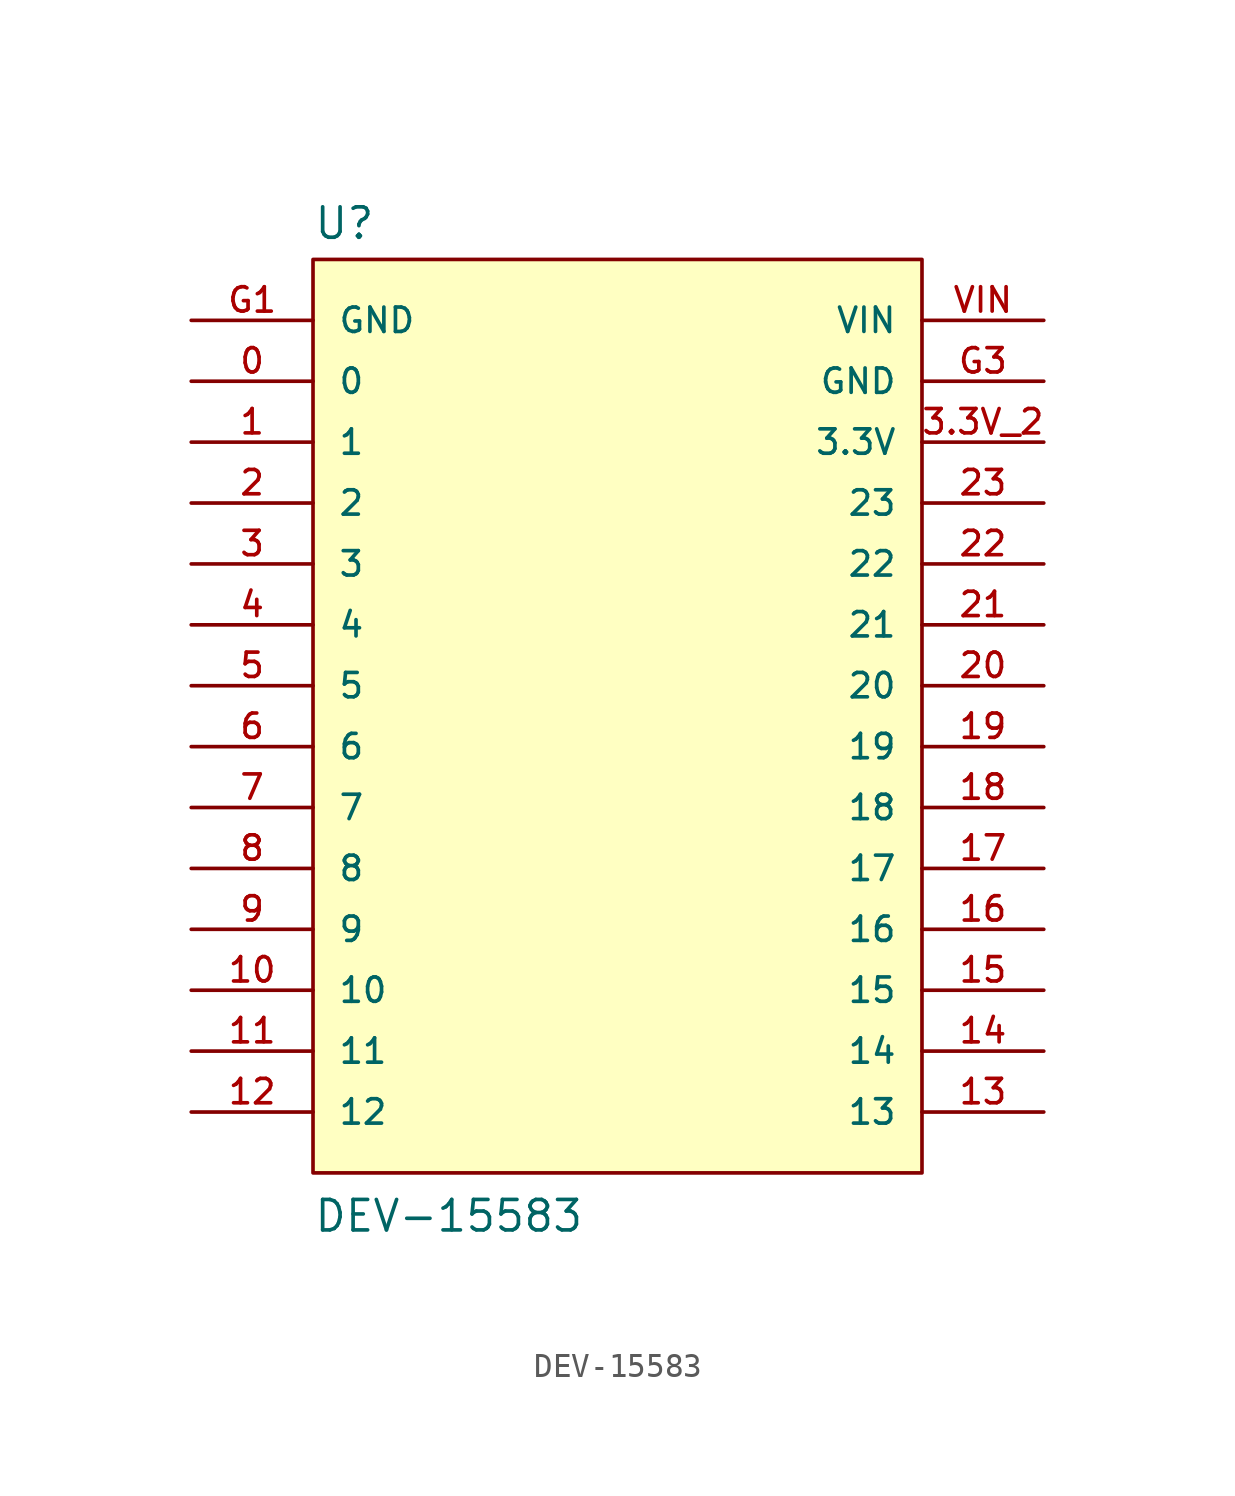
<source format=kicad_sym>
(kicad_symbol_lib
  (version 20231120)
  (generator "kicad_symbol_editor")
  (generator_version "8.0")
  (symbol "DEV-15583"
    (pin_names
      (offset 1.016))
    (property "Reference" "U"
      (at -12.7 23.622 0)
      (effects (font (size 1.27 1.27)) (justify left bottom)))
    (property "Value" "DEV-15583"
      (at -12.7 -17.78 0)
      (effects (font (size 1.27 1.27)) (justify left bottom)))
    (symbol "DEV-15583_0_0"
      (rectangle (start -12.7 22.86) (end 12.7 -15.24) (stroke (width 0.152) (type default)) (fill (type background)))
      (pin bidirectional line (at -17.78 17.78 0) (length 5.08) (name "0" (effects (font (size 1.016 1.016)))) (number "0" (effects (font (size 1.016 1.016)))))
      (pin bidirectional line (at -17.78 15.24 0) (length 5.08) (name "1" (effects (font (size 1.016 1.016)))) (number "1" (effects (font (size 1.016 1.016)))))
      (pin bidirectional line (at -17.78 -7.62 0) (length 5.08) (name "10" (effects (font (size 1.016 1.016)))) (number "10" (effects (font (size 1.016 1.016)))))
      (pin bidirectional line (at -17.78 -10.16 0) (length 5.08) (name "11" (effects (font (size 1.016 1.016)))) (number "11" (effects (font (size 1.016 1.016)))))
      (pin bidirectional line (at -17.78 -12.7 0) (length 5.08) (name "12" (effects (font (size 1.016 1.016)))) (number "12" (effects (font (size 1.016 1.016)))))
      (pin bidirectional line (at 17.78 -12.7 180) (length 5.08) (name "13" (effects (font (size 1.016 1.016)))) (number "13" (effects (font (size 1.016 1.016)))))
      (pin bidirectional line (at 17.78 -10.16 180) (length 5.08) (name "14" (effects (font (size 1.016 1.016)))) (number "14" (effects (font (size 1.016 1.016)))))
      (pin bidirectional line (at 17.78 -7.62 180) (length 5.08) (name "15" (effects (font (size 1.016 1.016)))) (number "15" (effects (font (size 1.016 1.016)))))
      (pin bidirectional line (at 17.78 -5.08 180) (length 5.08) (name "16" (effects (font (size 1.016 1.016)))) (number "16" (effects (font (size 1.016 1.016)))))
      (pin bidirectional line (at 17.78 -2.54 180) (length 5.08) (name "17" (effects (font (size 1.016 1.016)))) (number "17" (effects (font (size 1.016 1.016)))))
      (pin bidirectional line (at 17.78 0 180) (length 5.08) (name "18" (effects (font (size 1.016 1.016)))) (number "18" (effects (font (size 1.016 1.016)))))
      (pin bidirectional line (at 17.78 2.54 180) (length 5.08) (name "19" (effects (font (size 1.016 1.016)))) (number "19" (effects (font (size 1.016 1.016)))))
      (pin bidirectional line (at -17.78 12.7 0) (length 5.08) (name "2" (effects (font (size 1.016 1.016)))) (number "2" (effects (font (size 1.016 1.016)))))
      (pin bidirectional line (at 17.78 5.08 180) (length 5.08) (name "20" (effects (font (size 1.016 1.016)))) (number "20" (effects (font (size 1.016 1.016)))))
      (pin bidirectional line (at 17.78 7.62 180) (length 5.08) (name "21" (effects (font (size 1.016 1.016)))) (number "21" (effects (font (size 1.016 1.016)))))
      (pin bidirectional line (at 17.78 10.16 180) (length 5.08) (name "22" (effects (font (size 1.016 1.016)))) (number "22" (effects (font (size 1.016 1.016)))))
      (pin bidirectional line (at 17.78 12.7 180) (length 5.08) (name "23" (effects (font (size 1.016 1.016)))) (number "23" (effects (font (size 1.016 1.016)))))
      (pin bidirectional line (at -17.78 10.16 0) (length 5.08) (name "3" (effects (font (size 1.016 1.016)))) (number "3" (effects (font (size 1.016 1.016)))))
      (pin bidirectional line (at -17.78 7.62 0) (length 5.08) (name "4" (effects (font (size 1.016 1.016)))) (number "4" (effects (font (size 1.016 1.016)))))
      (pin bidirectional line (at -17.78 5.08 0) (length 5.08) (name "5" (effects (font (size 1.016 1.016)))) (number "5" (effects (font (size 1.016 1.016)))))
      (pin bidirectional line (at -17.78 2.54 0) (length 5.08) (name "6" (effects (font (size 1.016 1.016)))) (number "6" (effects (font (size 1.016 1.016)))))
      (pin bidirectional line (at -17.78 0 0) (length 5.08) (name "7" (effects (font (size 1.016 1.016)))) (number "7" (effects (font (size 1.016 1.016)))))
      (pin bidirectional line (at -17.78 -2.54 0) (length 5.08) (name "8" (effects (font (size 1.016 1.016)))) (number "8" (effects (font (size 1.016 1.016)))))
      (pin bidirectional line (at -17.78 -5.08 0) (length 5.08) (name "9" (effects (font (size 1.016 1.016)))) (number "9" (effects (font (size 1.016 1.016)))))
      (pin power_in line (at 17.78 20.32 180) (length 5.08) (name "VIN" (effects (font (size 1.016 1.016)))) (number "VIN" (effects (font (size 1.016 1.016))))))
    (symbol "DEV-15583_1_0"
      (pin power_in line (at 17.78 15.24 180) (length 5.08) (name "3.3V" (effects (font (size 1.016 1.016)))) (number "3.3V_2" (effects (font (size 1.016 1.016)))))
      (pin power_in line (at -17.78 20.32 0) (length 5.08) (name "GND" (effects (font (size 1.016 1.016)))) (number "G1" (effects (font (size 1.016 1.016)))))
      (pin power_in line (at 17.78 17.78 180) (length 5.08) (name "GND" (effects (font (size 1.016 1.016)))) (number "G3" (effects (font (size 1.016 1.016))))))))
</source>
